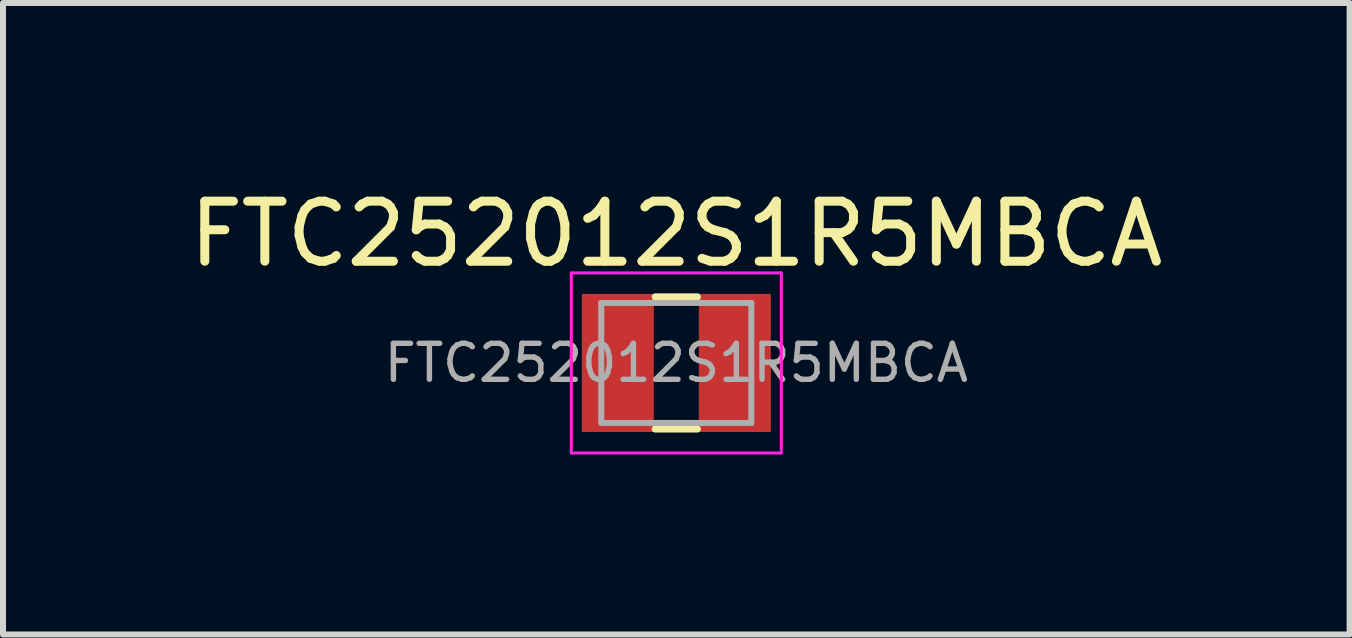
<source format=kicad_pcb>
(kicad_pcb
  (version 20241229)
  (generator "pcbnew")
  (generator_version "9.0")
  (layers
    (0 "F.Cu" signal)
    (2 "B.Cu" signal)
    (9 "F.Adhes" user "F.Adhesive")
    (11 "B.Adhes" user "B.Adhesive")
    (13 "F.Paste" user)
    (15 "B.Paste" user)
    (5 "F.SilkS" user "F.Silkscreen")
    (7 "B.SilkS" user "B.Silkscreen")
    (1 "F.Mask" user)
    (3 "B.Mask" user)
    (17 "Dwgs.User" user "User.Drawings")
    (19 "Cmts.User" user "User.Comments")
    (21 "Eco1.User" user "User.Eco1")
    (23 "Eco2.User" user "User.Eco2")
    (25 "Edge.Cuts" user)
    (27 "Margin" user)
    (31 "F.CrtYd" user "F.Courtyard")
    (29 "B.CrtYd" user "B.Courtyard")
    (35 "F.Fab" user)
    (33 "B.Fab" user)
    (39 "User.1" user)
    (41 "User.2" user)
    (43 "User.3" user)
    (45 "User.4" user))
  (footprint "FTC252012S1R5MBCA"
    (layer "F.Cu")
    (at 8.22 2.998)
    (property "Reference" "FTC252012S1R5MBCA" (at 0 -2.15 0) (layer "F.SilkS") (effects (font (size 1 1) (thickness 0.15))))
    (attr smd)
    (fp_line (start -0.35 -1.1) (end 0.35 -1.1) (stroke (width 0.12) (type solid)) (layer "F.SilkS"))
    (fp_line (start -0.35 1.1) (end 0.35 1.1) (stroke (width 0.12) (type solid)) (layer "F.SilkS"))
    (fp_line (start -1.75 -1.5) (end -1.75 1.5) (stroke (width 0.05) (type solid)) (layer "F.CrtYd"))
    (fp_line (start -1.75 1.5) (end 1.75 1.5) (stroke (width 0.05) (type solid)) (layer "F.CrtYd"))
    (fp_line (start 1.75 -1.5) (end -1.75 -1.5) (stroke (width 0.05) (type solid)) (layer "F.CrtYd"))
    (fp_line (start 1.75 1.5) (end 1.75 -1.5) (stroke (width 0.05) (type solid)) (layer "F.CrtYd"))
    (fp_line (start -1.25 -1) (end -1.25 1) (stroke (width 0.1) (type solid)) (layer "F.Fab"))
    (fp_line (start -1.25 1) (end 1.25 1) (stroke (width 0.1) (type solid)) (layer "F.Fab"))
    (fp_line (start 1.25 -1) (end -1.25 -1) (stroke (width 0.1) (type solid)) (layer "F.Fab"))
    (fp_line (start 1.25 1) (end 1.25 -1) (stroke (width 0.1) (type solid)) (layer "F.Fab"))
    (fp_text user "${REFERENCE}" (at 0 0 0) (layer "F.Fab") (effects (font (size 0.6 0.6) (thickness 0.09))))
    (pad "1" smd rect (at -0.975 0) (size 1.2 2.3) (layers "F.Cu" "F.Mask" "F.Paste"))
    (pad "2" smd rect (at 0.975 0) (size 1.2 2.3) (layers "F.Cu" "F.Mask" "F.Paste")))
  (gr_rect
    (start -3 -3)
    (end 19.44 7.523)
    (stroke (width 0.1) (type default))
    (fill no)
    (layer "Edge.Cuts")))
</source>
